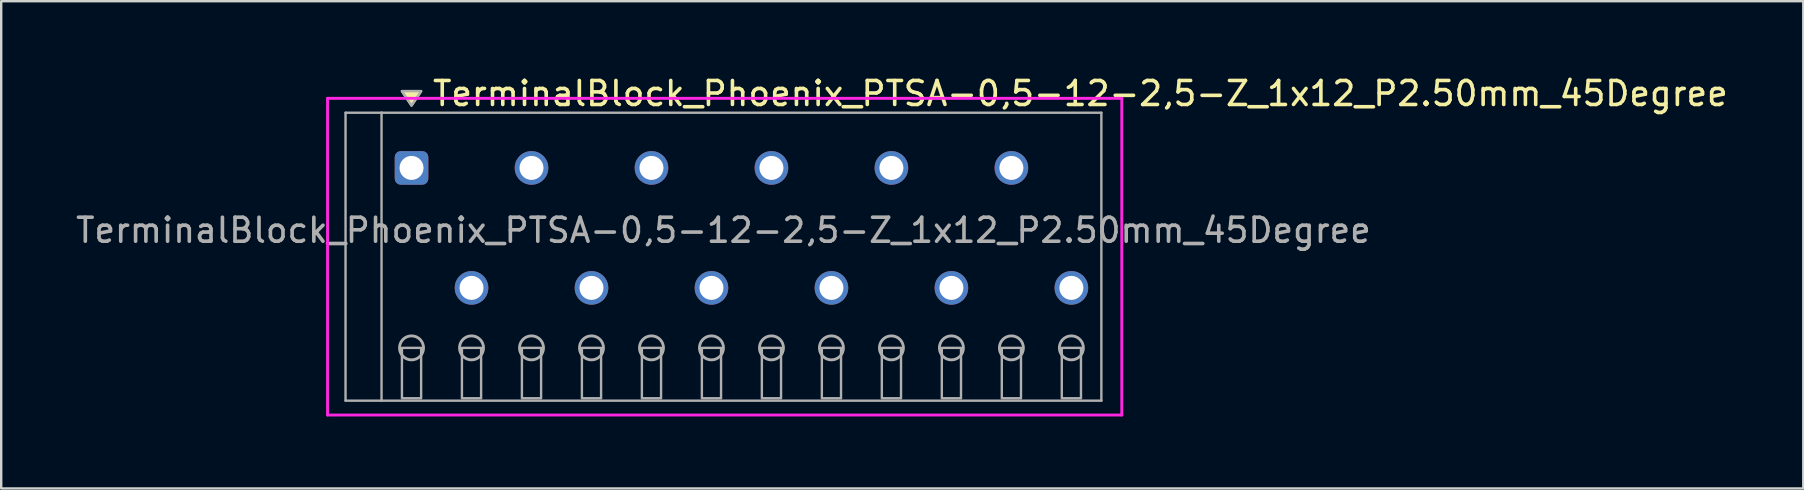
<source format=kicad_pcb>
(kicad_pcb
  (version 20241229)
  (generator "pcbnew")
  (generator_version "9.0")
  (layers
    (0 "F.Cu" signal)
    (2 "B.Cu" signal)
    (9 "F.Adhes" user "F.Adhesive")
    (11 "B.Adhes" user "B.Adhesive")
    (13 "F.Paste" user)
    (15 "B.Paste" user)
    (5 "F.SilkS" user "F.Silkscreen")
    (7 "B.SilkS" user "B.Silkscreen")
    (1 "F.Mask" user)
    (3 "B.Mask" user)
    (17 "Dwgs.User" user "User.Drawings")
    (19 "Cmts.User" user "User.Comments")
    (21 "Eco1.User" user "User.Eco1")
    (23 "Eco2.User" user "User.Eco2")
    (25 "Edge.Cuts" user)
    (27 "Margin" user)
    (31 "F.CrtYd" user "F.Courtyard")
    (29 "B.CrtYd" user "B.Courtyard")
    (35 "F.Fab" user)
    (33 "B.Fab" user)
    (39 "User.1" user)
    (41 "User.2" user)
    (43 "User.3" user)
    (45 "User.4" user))
  (footprint "TerminalBlock_Phoenix_PTSA-0,5-12-2,5-Z_1x12_P2.50mm_45Degree"
    (layer "F.Cu")
    (at 14.101 8.948)
    (property "Reference" "TerminalBlock_Phoenix_PTSA-0,5-12-2,5-Z_1x12_P2.50mm_45Degree" (at 0.8 -8.1 0) (layer "F.SilkS") (effects (font (size 1 1) (thickness 0.15)) (justify left)))
    (attr through_hole)
    (fp_poly (pts (xy 0 -7.6) (xy -0.4 -8.2) (xy 0.4 -8.2)) (stroke (width 0.1) (type solid)) (fill yes) (layer "F.SilkS"))
    (fp_line (start -3.5 -7.9) (end 29.6 -7.9) (stroke (width 0.12) (type solid)) (layer "F.CrtYd"))
    (fp_line (start -3.5 5.3) (end -3.5 -7.9) (stroke (width 0.12) (type solid)) (layer "F.CrtYd"))
    (fp_line (start 29.6 -7.9) (end 29.6 5.3) (stroke (width 0.12) (type solid)) (layer "F.CrtYd"))
    (fp_line (start 29.6 5.3) (end -3.5 5.3) (stroke (width 0.12) (type solid)) (layer "F.CrtYd"))
    (fp_line (start -2.75 -7.3) (end -1.25 -7.3) (stroke (width 0.1) (type solid)) (layer "F.Fab"))
    (fp_line (start -2.75 4.7) (end -2.75 -7.3) (stroke (width 0.1) (type solid)) (layer "F.Fab"))
    (fp_line (start -1.25 -7.3) (end -1.25 4.7) (stroke (width 0.1) (type solid)) (layer "F.Fab"))
    (fp_line (start -1.25 4.7) (end -2.75 4.7) (stroke (width 0.1) (type solid)) (layer "F.Fab"))
    (fp_line (start -1.25 4.7) (end 28.75 4.7) (stroke (width 0.1) (type solid)) (layer "F.Fab"))
    (fp_line (start 28.75 -7.3) (end -1.25 -7.3) (stroke (width 0.1) (type solid)) (layer "F.Fab"))
    (fp_line (start 28.75 4.7) (end 28.75 -7.3) (stroke (width 0.1) (type solid)) (layer "F.Fab"))
    (fp_circle (center 0 2.5) (end -0.5 2.5) (stroke (width 0.12) (type solid)) (fill no) (layer "F.Fab"))
    (fp_circle (center 2.5 2.5) (end 2 2.5) (stroke (width 0.12) (type solid)) (fill no) (layer "F.Fab"))
    (fp_circle (center 5 2.5) (end 4.5 2.5) (stroke (width 0.12) (type solid)) (fill no) (layer "F.Fab"))
    (fp_circle (center 7.5 2.5) (end 7 2.5) (stroke (width 0.12) (type solid)) (fill no) (layer "F.Fab"))
    (fp_circle (center 10 2.5) (end 9.5 2.5) (stroke (width 0.12) (type solid)) (fill no) (layer "F.Fab"))
    (fp_circle (center 12.5 2.5) (end 12 2.5) (stroke (width 0.12) (type solid)) (fill no) (layer "F.Fab"))
    (fp_circle (center 15 2.5) (end 14.5 2.5) (stroke (width 0.12) (type solid)) (fill no) (layer "F.Fab"))
    (fp_circle (center 17.5 2.5) (end 17 2.5) (stroke (width 0.12) (type solid)) (fill no) (layer "F.Fab"))
    (fp_circle (center 20 2.5) (end 19.5 2.5) (stroke (width 0.12) (type solid)) (fill no) (layer "F.Fab"))
    (fp_circle (center 22.5 2.5) (end 22 2.5) (stroke (width 0.12) (type solid)) (fill no) (layer "F.Fab"))
    (fp_circle (center 25 2.5) (end 24.5 2.5) (stroke (width 0.12) (type solid)) (fill no) (layer "F.Fab"))
    (fp_circle (center 27.5 2.5) (end 27 2.5) (stroke (width 0.12) (type solid)) (fill no) (layer "F.Fab"))
    (fp_poly (pts (xy 0 -7.6) (xy -0.4 -8.2) (xy 0.4 -8.2)) (stroke (width 0.1) (type solid)) (fill no) (layer "F.Fab"))
    (fp_poly (pts (xy -0.4 2.5) (xy -0.4 4.6) (xy 0.4 4.6) (xy 0.4 2.5)) (stroke (width 0.1) (type solid)) (fill no) (layer "F.Fab"))
    (fp_poly (pts (xy 2.1 2.5) (xy 2.1 4.6) (xy 2.9 4.6) (xy 2.9 2.5)) (stroke (width 0.1) (type solid)) (fill no) (layer "F.Fab"))
    (fp_poly (pts (xy 4.6 2.5) (xy 4.6 4.6) (xy 5.4 4.6) (xy 5.4 2.5)) (stroke (width 0.1) (type solid)) (fill no) (layer "F.Fab"))
    (fp_poly (pts (xy 7.1 2.5) (xy 7.1 4.6) (xy 7.9 4.6) (xy 7.9 2.5)) (stroke (width 0.1) (type solid)) (fill no) (layer "F.Fab"))
    (fp_poly (pts (xy 9.6 2.5) (xy 9.6 4.6) (xy 10.4 4.6) (xy 10.4 2.5)) (stroke (width 0.1) (type solid)) (fill no) (layer "F.Fab"))
    (fp_poly (pts (xy 12.1 2.5) (xy 12.1 4.6) (xy 12.9 4.6) (xy 12.9 2.5)) (stroke (width 0.1) (type solid)) (fill no) (layer "F.Fab"))
    (fp_poly (pts (xy 14.6 2.5) (xy 14.6 4.6) (xy 15.4 4.6) (xy 15.4 2.5)) (stroke (width 0.1) (type solid)) (fill no) (layer "F.Fab"))
    (fp_poly (pts (xy 17.1 2.5) (xy 17.1 4.6) (xy 17.9 4.6) (xy 17.9 2.5)) (stroke (width 0.1) (type solid)) (fill no) (layer "F.Fab"))
    (fp_poly (pts (xy 19.6 2.5) (xy 19.6 4.6) (xy 20.4 4.6) (xy 20.4 2.5)) (stroke (width 0.1) (type solid)) (fill no) (layer "F.Fab"))
    (fp_poly (pts (xy 22.1 2.5) (xy 22.1 4.6) (xy 22.9 4.6) (xy 22.9 2.5)) (stroke (width 0.1) (type solid)) (fill no) (layer "F.Fab"))
    (fp_poly (pts (xy 24.6 2.5) (xy 24.6 4.6) (xy 25.4 4.6) (xy 25.4 2.5)) (stroke (width 0.1) (type solid)) (fill no) (layer "F.Fab"))
    (fp_poly (pts (xy 27.1 2.5) (xy 27.1 4.6) (xy 27.9 4.6) (xy 27.9 2.5)) (stroke (width 0.1) (type solid)) (fill no) (layer "F.Fab"))
    (fp_text user "${REFERENCE}" (at 13 -2.4 0) (layer "F.Fab") (effects (font (size 1 1) (thickness 0.15))))
    (pad "1" thru_hole roundrect (at 0 -5) (size 1.4 1.4) (drill 1) (layers "*.Cu" "*.Mask") (roundrect_rratio 0.179))
    (pad "2" thru_hole oval (at 2.5 0) (size 1.4 1.4) (drill 1) (layers "*.Cu" "*.Mask"))
    (pad "3" thru_hole oval (at 5 -5) (size 1.4 1.4) (drill 1) (layers "*.Cu" "*.Mask"))
    (pad "4" thru_hole oval (at 7.5 0) (size 1.4 1.4) (drill 1) (layers "*.Cu" "*.Mask"))
    (pad "5" thru_hole oval (at 10 -5) (size 1.4 1.4) (drill 1) (layers "*.Cu" "*.Mask"))
    (pad "6" thru_hole oval (at 12.5 0) (size 1.4 1.4) (drill 1) (layers "*.Cu" "*.Mask"))
    (pad "7" thru_hole oval (at 15 -5) (size 1.4 1.4) (drill 1) (layers "*.Cu" "*.Mask"))
    (pad "8" thru_hole oval (at 17.5 0) (size 1.4 1.4) (drill 1) (layers "*.Cu" "*.Mask"))
    (pad "9" thru_hole oval (at 20 -5) (size 1.4 1.4) (drill 1) (layers "*.Cu" "*.Mask"))
    (pad "10" thru_hole oval (at 22.5 0) (size 1.4 1.4) (drill 1) (layers "*.Cu" "*.Mask"))
    (pad "11" thru_hole oval (at 25 -5) (size 1.4 1.4) (drill 1) (layers "*.Cu" "*.Mask"))
    (pad "12" thru_hole oval (at 27.5 0) (size 1.4 1.4) (drill 1) (layers "*.Cu" "*.Mask")))
  (gr_rect
    (start -3 -3)
    (end 72.104 17.308)
    (stroke (width 0.1) (type default))
    (fill no)
    (layer "Edge.Cuts")))
</source>
